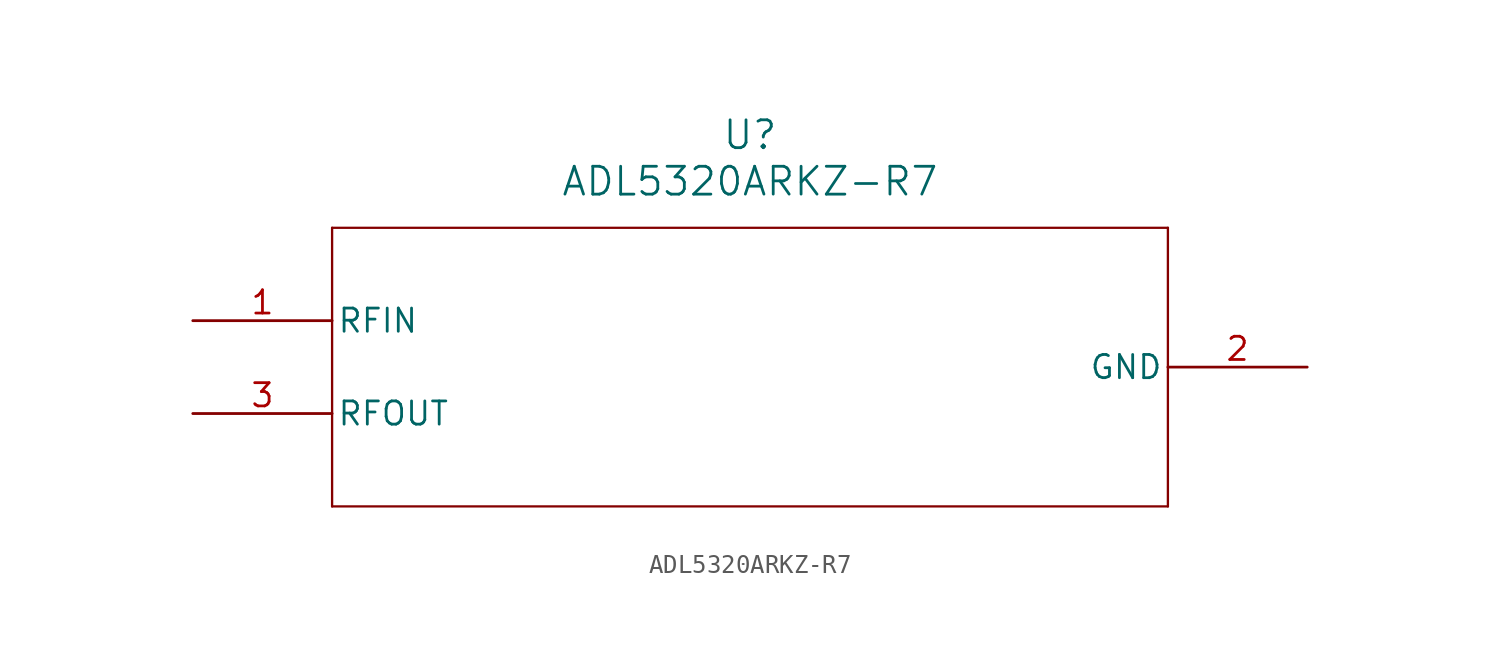
<source format=kicad_sym>
(kicad_symbol_lib
  (version 20211014)
  (generator kicad_symbol_editor)
  (symbol "ADL5320ARKZ-R7"
    (pin_names
      (offset 0.254))
    (property "Reference" "U"
      (at 30.48 10.16 0)
      (effects (font (size 1.524 1.524))))
    (property "Value" "ADL5320ARKZ-R7"
      (at 30.48 7.62 0)
      (effects (font (size 1.524 1.524))))
    (symbol "ADL5320ARKZ-R7_0_1"
      (polyline (pts (xy 7.62 5.08) (xy 7.62 -10.16)) (stroke (width 0.127) (type default) (color 0 0 0 0)) (fill (type none)))
      (polyline (pts (xy 7.62 -10.16) (xy 53.34 -10.16)) (stroke (width 0.127) (type default) (color 0 0 0 0)) (fill (type none)))
      (polyline (pts (xy 53.34 -10.16) (xy 53.34 5.08)) (stroke (width 0.127) (type default) (color 0 0 0 0)) (fill (type none)))
      (polyline (pts (xy 53.34 5.08) (xy 7.62 5.08)) (stroke (width 0.127) (type default) (color 0 0 0 0)) (fill (type none)))
      (pin unspecified line (at 0 0 0) (length 7.62) (name "RFIN" (effects (font (size 1.27 1.27)))) (number "1" (effects (font (size 1.27 1.27)))))
      (pin unspecified line (at 60.96 -2.54 180) (length 7.62) (name "GND" (effects (font (size 1.27 1.27)))) (number "2" (effects (font (size 1.27 1.27)))))
      (pin unspecified line (at 0 -5.08 0) (length 7.62) (name "RFOUT" (effects (font (size 1.27 1.27)))) (number "3" (effects (font (size 1.27 1.27))))))))
</source>
